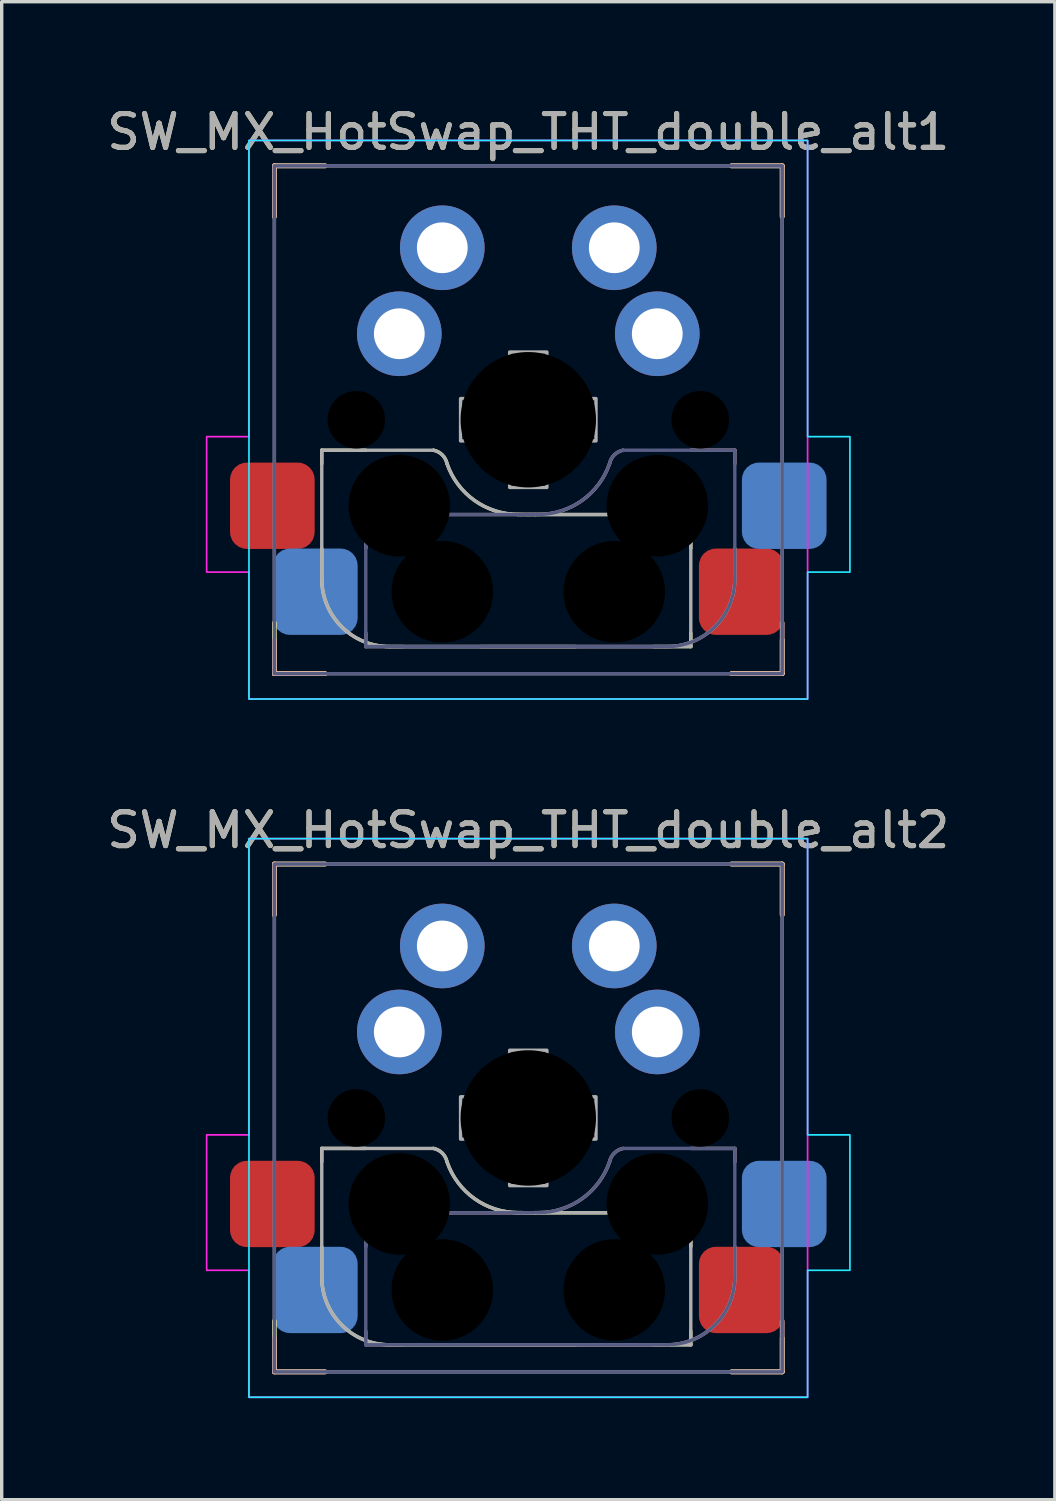
<source format=kicad_pcb>
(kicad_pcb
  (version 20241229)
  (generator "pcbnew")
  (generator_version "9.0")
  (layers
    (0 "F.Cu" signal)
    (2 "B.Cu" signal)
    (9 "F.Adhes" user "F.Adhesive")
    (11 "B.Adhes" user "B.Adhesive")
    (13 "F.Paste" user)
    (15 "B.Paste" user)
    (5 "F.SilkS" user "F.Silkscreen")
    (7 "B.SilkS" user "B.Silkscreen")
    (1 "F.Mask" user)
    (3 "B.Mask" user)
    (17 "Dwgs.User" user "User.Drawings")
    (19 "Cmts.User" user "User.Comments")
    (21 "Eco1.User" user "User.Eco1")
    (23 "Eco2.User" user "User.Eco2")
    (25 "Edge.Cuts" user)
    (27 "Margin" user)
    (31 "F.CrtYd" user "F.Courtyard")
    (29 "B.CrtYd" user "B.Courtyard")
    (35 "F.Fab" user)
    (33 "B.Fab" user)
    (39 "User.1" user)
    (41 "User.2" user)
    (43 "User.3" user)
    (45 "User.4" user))
  (footprint "SW_MX_HotSwap_THT_double_alt2"
    (layer "F.Cu")
    (at 12.554 29.971)
    (property "Reference" "SW_MX_HotSwap_THT_double_alt2" (at 0 -8.5 0) (unlocked yes) (layer "F.SilkS") (effects (font (size 1 1) (thickness 0.15))))
    (attr through_hole)
    (fp_line (start -7.5 -7.5) (end -7.5 -6) (stroke (width 0.14) (type solid)) (layer "F.SilkS"))
    (fp_line (start -7.5 -7.5) (end -6 -7.5) (stroke (width 0.14) (type solid)) (layer "F.SilkS"))
    (fp_line (start -7.5 7.5) (end -7.5 6) (stroke (width 0.14) (type solid)) (layer "F.SilkS"))
    (fp_line (start -7.5 7.5) (end -6 7.5) (stroke (width 0.14) (type solid)) (layer "F.SilkS"))
    (fp_line (start -6.1 0.9) (end -6.1 1.3) (stroke (width 0.1) (type default)) (layer "F.SilkS"))
    (fp_line (start -6.1 0.9) (end -4.8 0.9) (stroke (width 0.1) (type default)) (layer "F.SilkS"))
    (fp_line (start -6.1 3.8) (end -6.1 4.7) (stroke (width 0.1) (type default)) (layer "F.SilkS"))
    (fp_line (start -4.1 6.7) (end 1.4 6.7) (stroke (width 0.1) (type default)) (layer "F.SilkS"))
    (fp_line (start 3.7 6.7) (end 4.8 6.7) (stroke (width 0.1) (type default)) (layer "F.SilkS"))
    (fp_line (start 4.3 2.8) (end 0.2 2.8) (stroke (width 0.1) (type default)) (layer "F.SilkS"))
    (fp_line (start 4.8 3.8) (end 4.8 3.3) (stroke (width 0.1) (type default)) (layer "F.SilkS"))
    (fp_line (start 4.8 6.7) (end 4.8 6.3) (stroke (width 0.1) (type default)) (layer "F.SilkS"))
    (fp_line (start 7.5 -7.5) (end 6 -7.5) (stroke (width 0.14) (type solid)) (layer "F.SilkS"))
    (fp_line (start 7.5 -7.5) (end 7.5 -6) (stroke (width 0.14) (type solid)) (layer "F.SilkS"))
    (fp_line (start 7.5 7.5) (end 6 7.5) (stroke (width 0.14) (type solid)) (layer "F.SilkS"))
    (fp_line (start 7.5 7.5) (end 7.5 6.5) (stroke (width 0.14) (type solid)) (layer "F.SilkS"))
    (fp_arc (start -4.1 6.7) (mid -5.514214 6.114214) (end -6.1 4.7) (stroke (width 0.1) (type default)) (layer "F.SilkS"))
    (fp_arc (start -2.8 0.900001) (mid -2.541271 1.037629) (end -2.401036 1.294955) (stroke (width 0.1) (type default)) (layer "F.SilkS"))
    (fp_arc (start -0.300049 2.796514) (mid -1.589672 2.383609) (end -2.399704 1.298499) (stroke (width 0.1) (type default)) (layer "F.SilkS"))
    (fp_arc (start 0.2 2.8) (mid -0.050035 2.79971) (end -0.300049 2.796514) (stroke (width 0.1) (type default)) (layer "F.SilkS"))
    (fp_arc (start 4.3 2.8) (mid 4.653553 2.946447) (end 4.8 3.3) (stroke (width 0.1) (type default)) (layer "F.SilkS"))
    (fp_line (start -7.5 -7.5) (end -7.5 -6) (stroke (width 0.14) (type solid)) (layer "B.SilkS"))
    (fp_line (start -7.5 -7.5) (end -6 -7.5) (stroke (width 0.14) (type solid)) (layer "B.SilkS"))
    (fp_line (start -7.5 7.5) (end -7.5 6.5) (stroke (width 0.14) (type solid)) (layer "B.SilkS"))
    (fp_line (start -7.5 7.5) (end -6 7.5) (stroke (width 0.14) (type solid)) (layer "B.SilkS"))
    (fp_line (start -4.8 3.8) (end -4.8 3.3) (stroke (width 0.1) (type default)) (layer "B.SilkS"))
    (fp_line (start -4.8 6.7) (end -4.8 6.3) (stroke (width 0.1) (type default)) (layer "B.SilkS"))
    (fp_line (start -4.3 2.8) (end -0.2 2.8) (stroke (width 0.1) (type default)) (layer "B.SilkS"))
    (fp_line (start -3.7 6.7) (end -4.8 6.7) (stroke (width 0.1) (type default)) (layer "B.SilkS"))
    (fp_line (start 4.1 6.7) (end -1.4 6.7) (stroke (width 0.1) (type default)) (layer "B.SilkS"))
    (fp_line (start 6.1 0.9) (end 4.8 0.9) (stroke (width 0.1) (type default)) (layer "B.SilkS"))
    (fp_line (start 6.1 0.9) (end 6.1 1.3) (stroke (width 0.1) (type default)) (layer "B.SilkS"))
    (fp_line (start 6.1 3.8) (end 6.1 4.7) (stroke (width 0.1) (type default)) (layer "B.SilkS"))
    (fp_line (start 7.5 -7.5) (end 6 -7.5) (stroke (width 0.14) (type solid)) (layer "B.SilkS"))
    (fp_line (start 7.5 -7.5) (end 7.5 -6) (stroke (width 0.14) (type solid)) (layer "B.SilkS"))
    (fp_line (start 7.5 7.5) (end 6 7.5) (stroke (width 0.14) (type solid)) (layer "B.SilkS"))
    (fp_line (start 7.5 7.5) (end 7.5 6) (stroke (width 0.14) (type solid)) (layer "B.SilkS"))
    (fp_arc (start -4.8 3.3) (mid -4.653553 2.946447) (end -4.3 2.8) (stroke (width 0.1) (type default)) (layer "B.SilkS"))
    (fp_arc (start 0.300049 2.796514) (mid 0.050035 2.79971) (end -0.2 2.8) (stroke (width 0.1) (type default)) (layer "B.SilkS"))
    (fp_arc (start 2.399704 1.298499) (mid 1.589672 2.383609) (end 0.300049 2.796514) (stroke (width 0.1) (type default)) (layer "B.SilkS"))
    (fp_arc (start 2.401036 1.294955) (mid 2.541271 1.037629) (end 2.8 0.900001) (stroke (width 0.1) (type default)) (layer "B.SilkS"))
    (fp_arc (start 6.1 4.7) (mid 5.514214 6.114214) (end 4.1 6.7) (stroke (width 0.1) (type default)) (layer "B.SilkS"))
    (fp_poly (pts (xy 8.25 0.5) (xy 9.5 0.5) (xy 9.5 4.5) (xy 8.25 4.5) (xy 8.25 8.25) (xy -8.25 8.25) (xy -8.25 -8.25) (xy 8.25 -8.25)) (stroke (width 0.05) (type solid)) (fill no) (layer "B.CrtYd"))
    (fp_poly (pts (xy -8.25 0.5) (xy -9.5 0.5) (xy -9.5 4.5) (xy -8.25 4.5) (xy -8.25 8.25) (xy 8.25 8.25) (xy 8.25 -8.25) (xy -8.25 -8.25)) (stroke (width 0.05) (type solid)) (fill no) (layer "F.CrtYd"))
    (fp_line (start -4.8 6.7) (end -4.8 3.3) (stroke (width 0.1) (type default)) (layer "B.Fab"))
    (fp_line (start -4.3 2.8) (end -0.2 2.8) (stroke (width 0.1) (type default)) (layer "B.Fab"))
    (fp_line (start 4.1 6.7) (end -4.8 6.7) (stroke (width 0.1) (type default)) (layer "B.Fab"))
    (fp_line (start 6.1 0.9) (end 2.8 0.9) (stroke (width 0.1) (type default)) (layer "B.Fab"))
    (fp_line (start 6.1 0.9) (end 6.1 4.7) (stroke (width 0.1) (type default)) (layer "B.Fab"))
    (fp_rect (start 7.5 -7.5) (end -7.5 7.5) (stroke (width 0.1) (type solid)) (fill no) (layer "B.Fab"))
    (fp_arc (start -4.8 3.3) (mid -4.653553 2.946447) (end -4.3 2.8) (stroke (width 0.1) (type default)) (layer "B.Fab"))
    (fp_arc (start 0.300049 2.796514) (mid 0.050035 2.79971) (end -0.2 2.8) (stroke (width 0.1) (type default)) (layer "B.Fab"))
    (fp_arc (start 2.399704 1.298499) (mid 1.589672 2.38361) (end 0.300049 2.796514) (stroke (width 0.1) (type default)) (layer "B.Fab"))
    (fp_arc (start 2.401036 1.294955) (mid 2.541271 1.037629) (end 2.8 0.900001) (stroke (width 0.1) (type default)) (layer "B.Fab"))
    (fp_arc (start 6.1 4.7) (mid 5.514214 6.114214) (end 4.1 6.7) (stroke (width 0.1) (type default)) (layer "B.Fab"))
    (fp_line (start -6.1 0.9) (end -6.1 4.7) (stroke (width 0.1) (type default)) (layer "F.Fab"))
    (fp_line (start -6.1 0.9) (end -2.8 0.9) (stroke (width 0.1) (type default)) (layer "F.Fab"))
    (fp_line (start -4.1 6.7) (end 4.8 6.7) (stroke (width 0.1) (type default)) (layer "F.Fab"))
    (fp_line (start 4.3 2.8) (end 0.2 2.8) (stroke (width 0.1) (type default)) (layer "F.Fab"))
    (fp_line (start 4.8 6.7) (end 4.8 3.3) (stroke (width 0.1) (type default)) (layer "F.Fab"))
    (fp_rect (start -7.5 -7.5) (end 7.5 7.5) (stroke (width 0.1) (type solid)) (fill no) (layer "F.Fab"))
    (fp_arc (start -4.1 6.7) (mid -5.514214 6.114214) (end -6.1 4.7) (stroke (width 0.1) (type default)) (layer "F.Fab"))
    (fp_arc (start -2.8 0.900001) (mid -2.541271 1.037629) (end -2.401036 1.294955) (stroke (width 0.1) (type default)) (layer "F.Fab"))
    (fp_arc (start -0.300049 2.796514) (mid -1.589672 2.38361) (end -2.399704 1.298499) (stroke (width 0.1) (type default)) (layer "F.Fab"))
    (fp_arc (start 0.2 2.8) (mid -0.050035 2.79971) (end -0.300049 2.796514) (stroke (width 0.1) (type default)) (layer "F.Fab"))
    (fp_arc (start 4.3 2.8) (mid 4.653553 2.946447) (end 4.8 3.3) (stroke (width 0.1) (type default)) (layer "F.Fab"))
    (fp_poly (pts (xy -2 -0.625) (xy -0.55 -0.625) (xy -0.55 -2) (xy 0.55 -2) (xy 0.55 -0.625) (xy 2 -0.625) (xy 2 0.625) (xy 0.55 0.625) (xy 0.55 2) (xy -0.55 2) (xy -0.55 0.625) (xy -2 0.625)) (stroke (width 0.1) (type solid)) (fill no) (layer "F.Fab"))
    (fp_text user "${REFERENCE}" (at 0 -8.5 0) (unlocked yes) (layer "F.Fab") (effects (font (size 1 1) (thickness 0.15))))
    (pad "" np_thru_hole circle (at -5.08 0) (size 1.7 1.7) (drill 1.7) (layers "*.Mask"))
    (pad "" np_thru_hole circle (at -3.81 2.54) (size 3 3) (drill 3) (layers "*.Mask"))
    (pad "" np_thru_hole circle (at -2.54 5.08) (size 3 3) (drill 3) (layers "*.Mask"))
    (pad "" np_thru_hole circle (at 0 0) (size 4 4) (drill 4) (layers "*.Mask"))
    (pad "" np_thru_hole circle (at 2.54 5.08) (size 3 3) (drill 3) (layers "*.Mask"))
    (pad "" np_thru_hole circle (at 3.81 2.54) (size 3 3) (drill 3) (layers "*.Mask"))
    (pad "" np_thru_hole circle (at 5.08 0) (size 1.7 1.7) (drill 1.7) (layers "*.Mask"))
    (pad "1" smd roundrect (at -6.29 5.08) (size 2.5 2.55) (layers "B.Cu" "B.Mask" "B.Paste") (roundrect_rratio 0.2))
    (pad "1" thru_hole circle (at -3.81 -2.54) (size 2.5 2.5) (drill 1.5) (layers "*.Cu" "*.Mask"))
    (pad "1" thru_hole circle (at 3.81 -2.54) (size 2.5 2.5) (drill 1.5) (layers "*.Cu" "*.Mask"))
    (pad "1" smd roundrect (at 6.29 5.08) (size 2.5 2.55) (layers "F.Cu" "F.Mask" "F.Paste") (roundrect_rratio 0.2))
    (pad "2" smd roundrect (at -7.56 2.54) (size 2.5 2.55) (layers "F.Cu" "F.Mask" "F.Paste") (roundrect_rratio 0.2))
    (pad "2" thru_hole circle (at -2.54 -5.08) (size 2.5 2.5) (drill 1.5) (layers "*.Cu" "*.Mask"))
    (pad "2" thru_hole circle (at 2.54 -5.08) (size 2.5 2.5) (drill 1.5) (layers "*.Cu" "*.Mask"))
    (pad "2" smd roundrect (at 7.56 2.54) (size 2.5 2.55) (layers "B.Cu" "B.Mask" "B.Paste") (roundrect_rratio 0.2)))
  (footprint "SW_MX_HotSwap_THT_double_alt1"
    (layer "F.Cu")
    (at 12.554 9.348)
    (property "Reference" "SW_MX_HotSwap_THT_double_alt1" (at 0 -8.5 0) (unlocked yes) (layer "F.SilkS") (effects (font (size 1 1) (thickness 0.15))))
    (attr through_hole)
    (fp_line (start -7.5 -7.5) (end -7.5 -6) (stroke (width 0.14) (type solid)) (layer "F.SilkS"))
    (fp_line (start -7.5 -7.5) (end -6 -7.5) (stroke (width 0.14) (type solid)) (layer "F.SilkS"))
    (fp_line (start -7.5 7.5) (end -7.5 6) (stroke (width 0.14) (type solid)) (layer "F.SilkS"))
    (fp_line (start -7.5 7.5) (end -6 7.5) (stroke (width 0.14) (type solid)) (layer "F.SilkS"))
    (fp_line (start -6.1 0.9) (end -6.1 1.3) (stroke (width 0.1) (type default)) (layer "F.SilkS"))
    (fp_line (start -6.1 0.9) (end -4.8 0.9) (stroke (width 0.1) (type default)) (layer "F.SilkS"))
    (fp_line (start -6.1 3.8) (end -6.1 4.7) (stroke (width 0.1) (type default)) (layer "F.SilkS"))
    (fp_line (start -4.1 6.7) (end 1.4 6.7) (stroke (width 0.1) (type default)) (layer "F.SilkS"))
    (fp_line (start 3.7 6.7) (end 4.8 6.7) (stroke (width 0.1) (type default)) (layer "F.SilkS"))
    (fp_line (start 4.3 2.8) (end 0.2 2.8) (stroke (width 0.1) (type default)) (layer "F.SilkS"))
    (fp_line (start 4.8 3.8) (end 4.8 3.3) (stroke (width 0.1) (type default)) (layer "F.SilkS"))
    (fp_line (start 4.8 6.7) (end 4.8 6.3) (stroke (width 0.1) (type default)) (layer "F.SilkS"))
    (fp_line (start 7.5 -7.5) (end 6 -7.5) (stroke (width 0.14) (type solid)) (layer "F.SilkS"))
    (fp_line (start 7.5 -7.5) (end 7.5 -6) (stroke (width 0.14) (type solid)) (layer "F.SilkS"))
    (fp_line (start 7.5 7.5) (end 6 7.5) (stroke (width 0.14) (type solid)) (layer "F.SilkS"))
    (fp_line (start 7.5 7.5) (end 7.5 6.5) (stroke (width 0.14) (type solid)) (layer "F.SilkS"))
    (fp_arc (start -4.1 6.7) (mid -5.514214 6.114214) (end -6.1 4.7) (stroke (width 0.1) (type default)) (layer "F.SilkS"))
    (fp_arc (start -2.8 0.900001) (mid -2.541271 1.037629) (end -2.401036 1.294955) (stroke (width 0.1) (type default)) (layer "F.SilkS"))
    (fp_arc (start -0.300049 2.796514) (mid -1.589672 2.383609) (end -2.399704 1.298499) (stroke (width 0.1) (type default)) (layer "F.SilkS"))
    (fp_arc (start 0.2 2.8) (mid -0.050035 2.79971) (end -0.300049 2.796514) (stroke (width 0.1) (type default)) (layer "F.SilkS"))
    (fp_arc (start 4.3 2.8) (mid 4.653553 2.946447) (end 4.8 3.3) (stroke (width 0.1) (type default)) (layer "F.SilkS"))
    (fp_line (start -7.5 -7.5) (end -7.5 -6) (stroke (width 0.14) (type solid)) (layer "B.SilkS"))
    (fp_line (start -7.5 -7.5) (end -6 -7.5) (stroke (width 0.14) (type solid)) (layer "B.SilkS"))
    (fp_line (start -7.5 7.5) (end -7.5 6.5) (stroke (width 0.14) (type solid)) (layer "B.SilkS"))
    (fp_line (start -7.5 7.5) (end -6 7.5) (stroke (width 0.14) (type solid)) (layer "B.SilkS"))
    (fp_line (start -4.8 3.8) (end -4.8 3.3) (stroke (width 0.1) (type default)) (layer "B.SilkS"))
    (fp_line (start -4.8 6.7) (end -4.8 6.3) (stroke (width 0.1) (type default)) (layer "B.SilkS"))
    (fp_line (start -4.3 2.8) (end -0.2 2.8) (stroke (width 0.1) (type default)) (layer "B.SilkS"))
    (fp_line (start -3.7 6.7) (end -4.8 6.7) (stroke (width 0.1) (type default)) (layer "B.SilkS"))
    (fp_line (start 4.1 6.7) (end -1.4 6.7) (stroke (width 0.1) (type default)) (layer "B.SilkS"))
    (fp_line (start 6.1 0.9) (end 4.8 0.9) (stroke (width 0.1) (type default)) (layer "B.SilkS"))
    (fp_line (start 6.1 0.9) (end 6.1 1.3) (stroke (width 0.1) (type default)) (layer "B.SilkS"))
    (fp_line (start 6.1 3.8) (end 6.1 4.7) (stroke (width 0.1) (type default)) (layer "B.SilkS"))
    (fp_line (start 7.5 -7.5) (end 6 -7.5) (stroke (width 0.14) (type solid)) (layer "B.SilkS"))
    (fp_line (start 7.5 -7.5) (end 7.5 -6) (stroke (width 0.14) (type solid)) (layer "B.SilkS"))
    (fp_line (start 7.5 7.5) (end 6 7.5) (stroke (width 0.14) (type solid)) (layer "B.SilkS"))
    (fp_line (start 7.5 7.5) (end 7.5 6) (stroke (width 0.14) (type solid)) (layer "B.SilkS"))
    (fp_arc (start -4.8 3.3) (mid -4.653553 2.946447) (end -4.3 2.8) (stroke (width 0.1) (type default)) (layer "B.SilkS"))
    (fp_arc (start 0.300049 2.796514) (mid 0.050035 2.79971) (end -0.2 2.8) (stroke (width 0.1) (type default)) (layer "B.SilkS"))
    (fp_arc (start 2.399704 1.298499) (mid 1.589672 2.383609) (end 0.300049 2.796514) (stroke (width 0.1) (type default)) (layer "B.SilkS"))
    (fp_arc (start 2.401036 1.294955) (mid 2.541271 1.037629) (end 2.8 0.900001) (stroke (width 0.1) (type default)) (layer "B.SilkS"))
    (fp_arc (start 6.1 4.7) (mid 5.514214 6.114214) (end 4.1 6.7) (stroke (width 0.1) (type default)) (layer "B.SilkS"))
    (fp_poly (pts (xy 8.25 0.5) (xy 9.5 0.5) (xy 9.5 4.5) (xy 8.25 4.5) (xy 8.25 8.25) (xy -8.25 8.25) (xy -8.25 -8.25) (xy 8.25 -8.25)) (stroke (width 0.05) (type solid)) (fill no) (layer "B.CrtYd"))
    (fp_poly (pts (xy -8.25 0.5) (xy -9.5 0.5) (xy -9.5 4.5) (xy -8.25 4.5) (xy -8.25 8.25) (xy 8.25 8.25) (xy 8.25 -8.25) (xy -8.25 -8.25)) (stroke (width 0.05) (type solid)) (fill no) (layer "F.CrtYd"))
    (fp_line (start -4.8 6.7) (end -4.8 3.3) (stroke (width 0.1) (type default)) (layer "B.Fab"))
    (fp_line (start -4.3 2.8) (end -0.2 2.8) (stroke (width 0.1) (type default)) (layer "B.Fab"))
    (fp_line (start 4.1 6.7) (end -4.8 6.7) (stroke (width 0.1) (type default)) (layer "B.Fab"))
    (fp_line (start 6.1 0.9) (end 2.8 0.9) (stroke (width 0.1) (type default)) (layer "B.Fab"))
    (fp_line (start 6.1 0.9) (end 6.1 4.7) (stroke (width 0.1) (type default)) (layer "B.Fab"))
    (fp_rect (start 7.5 -7.5) (end -7.5 7.5) (stroke (width 0.1) (type solid)) (fill no) (layer "B.Fab"))
    (fp_arc (start -4.8 3.3) (mid -4.653553 2.946447) (end -4.3 2.8) (stroke (width 0.1) (type default)) (layer "B.Fab"))
    (fp_arc (start 0.300049 2.796514) (mid 0.050035 2.79971) (end -0.2 2.8) (stroke (width 0.1) (type default)) (layer "B.Fab"))
    (fp_arc (start 2.399704 1.298499) (mid 1.589672 2.38361) (end 0.300049 2.796514) (stroke (width 0.1) (type default)) (layer "B.Fab"))
    (fp_arc (start 2.401036 1.294955) (mid 2.541271 1.037629) (end 2.8 0.900001) (stroke (width 0.1) (type default)) (layer "B.Fab"))
    (fp_arc (start 6.1 4.7) (mid 5.514214 6.114214) (end 4.1 6.7) (stroke (width 0.1) (type default)) (layer "B.Fab"))
    (fp_line (start -6.1 0.9) (end -6.1 4.7) (stroke (width 0.1) (type default)) (layer "F.Fab"))
    (fp_line (start -6.1 0.9) (end -2.8 0.9) (stroke (width 0.1) (type default)) (layer "F.Fab"))
    (fp_line (start -4.1 6.7) (end 4.8 6.7) (stroke (width 0.1) (type default)) (layer "F.Fab"))
    (fp_line (start 4.3 2.8) (end 0.2 2.8) (stroke (width 0.1) (type default)) (layer "F.Fab"))
    (fp_line (start 4.8 6.7) (end 4.8 3.3) (stroke (width 0.1) (type default)) (layer "F.Fab"))
    (fp_rect (start -7.5 -7.5) (end 7.5 7.5) (stroke (width 0.1) (type solid)) (fill no) (layer "F.Fab"))
    (fp_arc (start -4.1 6.7) (mid -5.514214 6.114214) (end -6.1 4.7) (stroke (width 0.1) (type default)) (layer "F.Fab"))
    (fp_arc (start -2.8 0.900001) (mid -2.541271 1.037629) (end -2.401036 1.294955) (stroke (width 0.1) (type default)) (layer "F.Fab"))
    (fp_arc (start -0.300049 2.796514) (mid -1.589672 2.38361) (end -2.399704 1.298499) (stroke (width 0.1) (type default)) (layer "F.Fab"))
    (fp_arc (start 0.2 2.8) (mid -0.050035 2.79971) (end -0.300049 2.796514) (stroke (width 0.1) (type default)) (layer "F.Fab"))
    (fp_arc (start 4.3 2.8) (mid 4.653553 2.946447) (end 4.8 3.3) (stroke (width 0.1) (type default)) (layer "F.Fab"))
    (fp_poly (pts (xy -2 -0.625) (xy -0.55 -0.625) (xy -0.55 -2) (xy 0.55 -2) (xy 0.55 -0.625) (xy 2 -0.625) (xy 2 0.625) (xy 0.55 0.625) (xy 0.55 2) (xy -0.55 2) (xy -0.55 0.625) (xy -2 0.625)) (stroke (width 0.1) (type solid)) (fill no) (layer "F.Fab"))
    (fp_text user "${REFERENCE}" (at 0 -8.5 0) (unlocked yes) (layer "F.Fab") (effects (font (size 1 1) (thickness 0.15))))
    (pad "" np_thru_hole circle (at -5.08 0) (size 1.7 1.7) (drill 1.7) (layers "*.Mask"))
    (pad "" np_thru_hole circle (at -3.81 2.54) (size 3 3) (drill 3) (layers "*.Mask"))
    (pad "" np_thru_hole circle (at -2.54 5.08) (size 3 3) (drill 3) (layers "*.Mask"))
    (pad "" np_thru_hole circle (at 0 0) (size 4 4) (drill 4) (layers "*.Mask"))
    (pad "" np_thru_hole circle (at 2.54 5.08) (size 3 3) (drill 3) (layers "*.Mask"))
    (pad "" np_thru_hole circle (at 3.81 2.54) (size 3 3) (drill 3) (layers "*.Mask"))
    (pad "" np_thru_hole circle (at 5.08 0) (size 1.7 1.7) (drill 1.7) (layers "*.Mask"))
    (pad "1" smd roundrect (at -7.56 2.54) (size 2.5 2.55) (layers "F.Cu" "F.Mask" "F.Paste") (roundrect_rratio 0.2))
    (pad "1" smd roundrect (at -6.29 5.08) (size 2.5 2.55) (layers "B.Cu" "B.Mask" "B.Paste") (roundrect_rratio 0.2))
    (pad "1" thru_hole circle (at -3.81 -2.54) (size 2.5 2.5) (drill 1.5) (layers "*.Cu" "*.Mask"))
    (pad "1" thru_hole circle (at -2.54 -5.08) (size 2.5 2.5) (drill 1.5) (layers "*.Cu" "*.Mask"))
    (pad "2" thru_hole circle (at 2.54 -5.08) (size 2.5 2.5) (drill 1.5) (layers "*.Cu" "*.Mask"))
    (pad "2" thru_hole circle (at 3.81 -2.54) (size 2.5 2.5) (drill 1.5) (layers "*.Cu" "*.Mask"))
    (pad "2" smd roundrect (at 6.29 5.08) (size 2.5 2.55) (layers "F.Cu" "F.Mask" "F.Paste") (roundrect_rratio 0.2))
    (pad "2" smd roundrect (at 7.56 2.54) (size 2.5 2.55) (layers "B.Cu" "B.Mask" "B.Paste") (roundrect_rratio 0.2)))
  (gr_rect
    (start -3 -3)
    (end 28.107 41.246)
    (stroke (width 0.1) (type default))
    (fill no)
    (layer "Edge.Cuts")))
</source>
